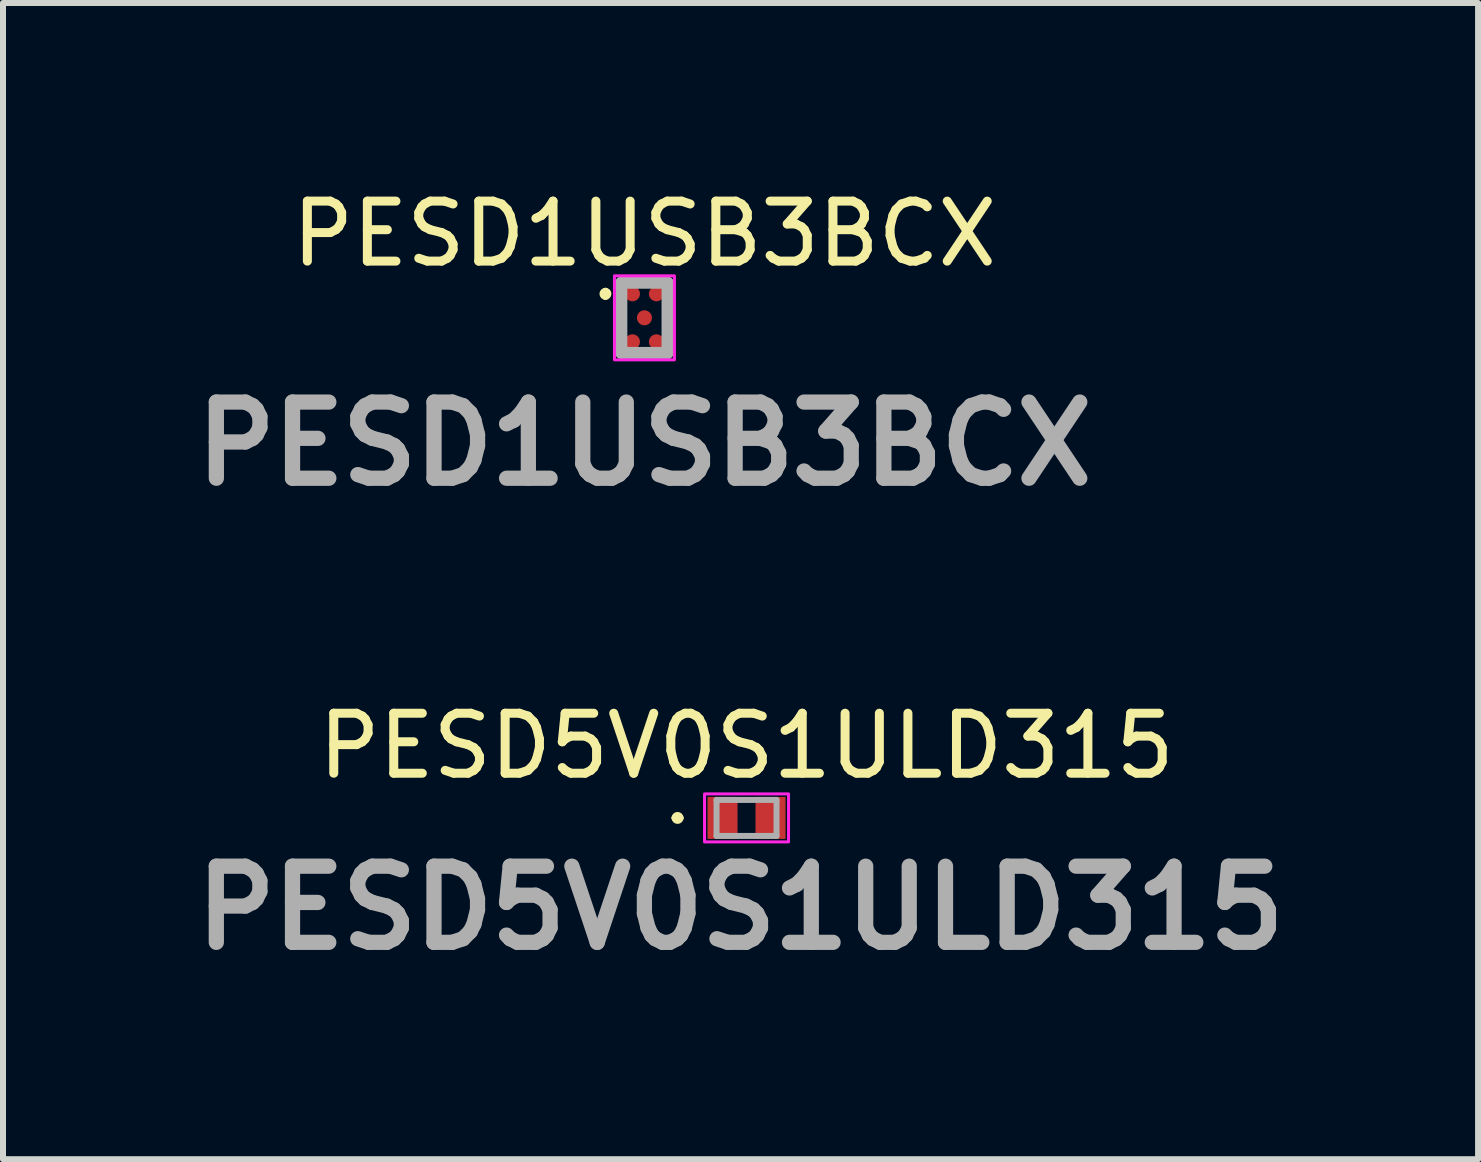
<source format=kicad_pcb>
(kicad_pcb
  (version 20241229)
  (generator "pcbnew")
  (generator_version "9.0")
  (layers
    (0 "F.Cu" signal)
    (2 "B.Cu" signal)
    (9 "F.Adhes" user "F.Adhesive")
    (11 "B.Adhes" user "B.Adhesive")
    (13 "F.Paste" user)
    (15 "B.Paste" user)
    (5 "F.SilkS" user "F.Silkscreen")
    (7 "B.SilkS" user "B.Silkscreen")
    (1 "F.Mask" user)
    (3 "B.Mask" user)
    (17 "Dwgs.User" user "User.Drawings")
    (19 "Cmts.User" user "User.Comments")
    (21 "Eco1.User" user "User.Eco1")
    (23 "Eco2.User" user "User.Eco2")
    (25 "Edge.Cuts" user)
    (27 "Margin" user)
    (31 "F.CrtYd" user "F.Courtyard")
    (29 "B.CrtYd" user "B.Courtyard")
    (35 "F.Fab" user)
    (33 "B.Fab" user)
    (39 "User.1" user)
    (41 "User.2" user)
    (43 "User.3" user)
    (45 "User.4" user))
  (footprint "PESD5V0S1ULD315"
    (layer "F.Cu")
    (at 9.395 10.585)
    (property "Reference" "PESD5V0S1ULD315" (at 0 -1.2 0) (layer "F.SilkS") (effects (font (size 1 1) (thickness 0.15))))
    (attr smd)
    (fp_line (start -1.2 0) (end -1.2 0) (stroke (width 0.1) (type solid)) (layer "F.SilkS"))
    (fp_line (start -1.1 0) (end -1.1 0) (stroke (width 0.1) (type solid)) (layer "F.SilkS"))
    (fp_arc (start -1.2 0) (mid -1.15 -0.05) (end -1.1 0) (stroke (width 0.1) (type solid)) (layer "F.SilkS"))
    (fp_arc (start -1.1 0) (mid -1.15 0.05) (end -1.2 0) (stroke (width 0.1) (type solid)) (layer "F.SilkS"))
    (fp_rect (start -0.7 -0.4) (end 0.7 0.4) (stroke (width 0.05) (type default)) (fill no) (layer "F.CrtYd"))
    (fp_line (start -0.5 -0.3) (end -0.5 0.3) (stroke (width 0.1) (type solid)) (layer "F.Fab"))
    (fp_line (start -0.5 0.3) (end 0.5 0.3) (stroke (width 0.1) (type solid)) (layer "F.Fab"))
    (fp_line (start 0.5 -0.3) (end -0.5 -0.3) (stroke (width 0.1) (type solid)) (layer "F.Fab"))
    (fp_line (start 0.5 0.3) (end 0.5 -0.3) (stroke (width 0.1) (type solid)) (layer "F.Fab"))
    (fp_text user "${REFERENCE}" (at -0.1 1.5 0) (layer "F.Fab") (effects (font (size 1.27 1.27) (thickness 0.254))))
    (pad "1" smd rect (at -0.4 0) (size 0.5 0.7) (layers "F.Cu" "F.Mask" "F.Paste"))
    (pad "2" smd rect (at 0.4 0) (size 0.5 0.7) (layers "F.Cu" "F.Mask" "F.Paste")))
  (footprint "PESD1USB3BCX"
    (layer "F.Cu")
    (at 7.693 2.248)
    (property "Reference" "PESD1USB3BCX" (at 0 -1.4 0) (layer "F.SilkS") (effects (font (size 1 1) (thickness 0.15))))
    (attr smd)
    (fp_line (start -0.65 -0.45) (end -0.65 -0.45) (stroke (width 0.1) (type solid)) (layer "F.SilkS"))
    (fp_line (start -0.65 -0.35) (end -0.65 -0.35) (stroke (width 0.1) (type solid)) (layer "F.SilkS"))
    (fp_line (start -0.4 -0.2) (end -0.4 0.2) (stroke (width 0.1) (type solid)) (layer "F.SilkS"))
    (fp_line (start 0.385 -0.2) (end 0.385 0.2) (stroke (width 0.1) (type solid)) (layer "F.SilkS"))
    (fp_arc (start -0.65 -0.45) (mid -0.6 -0.4) (end -0.65 -0.35) (stroke (width 0.1) (type solid)) (layer "F.SilkS"))
    (fp_arc (start -0.65 -0.35) (mid -0.7 -0.4) (end -0.65 -0.45) (stroke (width 0.1) (type solid)) (layer "F.SilkS"))
    (fp_rect (start -0.5 -0.7) (end 0.5 0.7) (stroke (width 0.05) (type default)) (fill no) (layer "F.CrtYd"))
    (fp_line (start -0.385 -0.585) (end 0.385 -0.585) (stroke (width 0.2) (type solid)) (layer "F.Fab"))
    (fp_line (start -0.385 0.585) (end -0.385 -0.585) (stroke (width 0.2) (type solid)) (layer "F.Fab"))
    (fp_line (start 0.385 -0.585) (end 0.385 0.585) (stroke (width 0.2) (type solid)) (layer "F.Fab"))
    (fp_line (start 0.385 0.585) (end -0.385 0.585) (stroke (width 0.2) (type solid)) (layer "F.Fab"))
    (fp_text user "${REFERENCE}" (at 0 2.1 0) (layer "F.Fab") (effects (font (size 1.27 1.27) (thickness 0.254))))
    (pad "A1" smd circle (at -0.2 -0.4 90) (size 0.25 0.25) (layers "F.Cu" "F.Mask" "F.Paste"))
    (pad "A2" smd circle (at 0.2 -0.4 90) (size 0.25 0.25) (layers "F.Cu" "F.Mask" "F.Paste"))
    (pad "B1" smd circle (at 0 0 90) (size 0.25 0.25) (layers "F.Cu" "F.Mask" "F.Paste"))
    (pad "C1" smd circle (at -0.2 0.4 90) (size 0.25 0.25) (layers "F.Cu" "F.Mask" "F.Paste"))
    (pad "C2" smd circle (at 0.2 0.4 90) (size 0.25 0.25) (layers "F.Cu" "F.Mask" "F.Paste")))
  (gr_rect
    (start -3 -3)
    (end 21.59 16.274)
    (stroke (width 0.1) (type default))
    (fill no)
    (layer "Edge.Cuts")))
</source>
